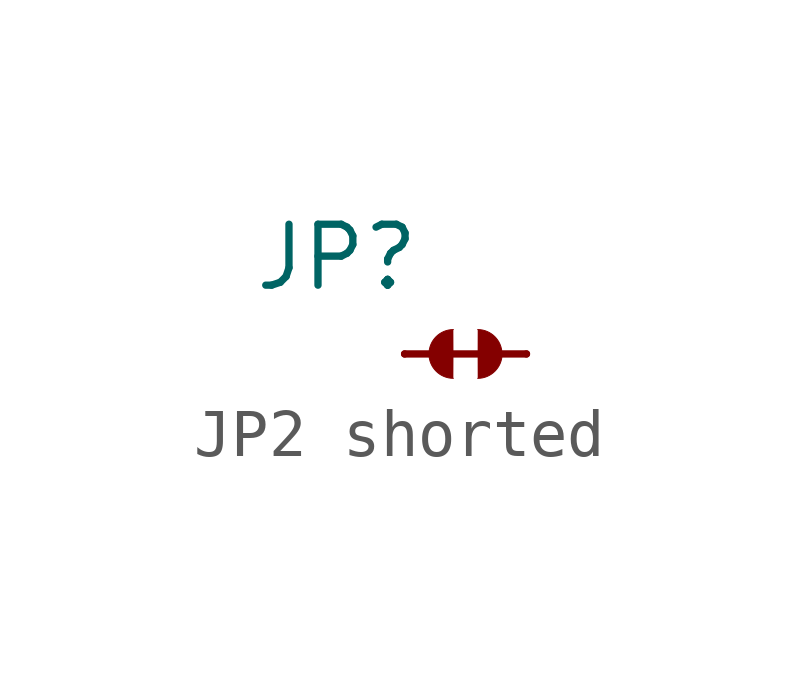
<source format=kicad_sym>
(kicad_symbol_lib
  (version 20220914)
  (generator kicad_symbol_editor)
  (symbol "JP2 shorted"
    (property "Reference" "JP"
      (at -3.175 1.27 0)
      (effects (font (size 1.27 1.27)) (justify left bottom)))
    (symbol "JP2 shorted_1_0"
      (polyline (pts (xy 1.778 0) (xy 0 0)) (stroke (width 0.152) (type solid)) (fill (type none)))
      (polyline (pts (xy 2.54 0) (xy 1.778 0)) (stroke (width 0.152) (type solid)) (fill (type none)))
      (arc (start 1.016 0.508) (mid 0.5102 0) (end 1.016 -0.508) (stroke (width 0.0001) (type solid)) (fill (type outline)))
      (arc (start 1.524 -0.508) (mid 1.8832 -0.3592) (end 2.032 0) (stroke (width 0.0001) (type solid)) (fill (type outline)))
      (arc (start 2.032 0) (mid 1.8832 0.3592) (end 1.524 0.508) (stroke (width 0.0001) (type solid)) (fill (type outline)))
      (pin passive line (at 0 0 270) (length 0) (name "1" (effects (font (size 0 0)))) (number "1" (effects (font (size 0 0)))))
      (pin passive line (at 2.54 0 270) (length 0) (name "2" (effects (font (size 0 0)))) (number "2" (effects (font (size 0 0))))))))
</source>
